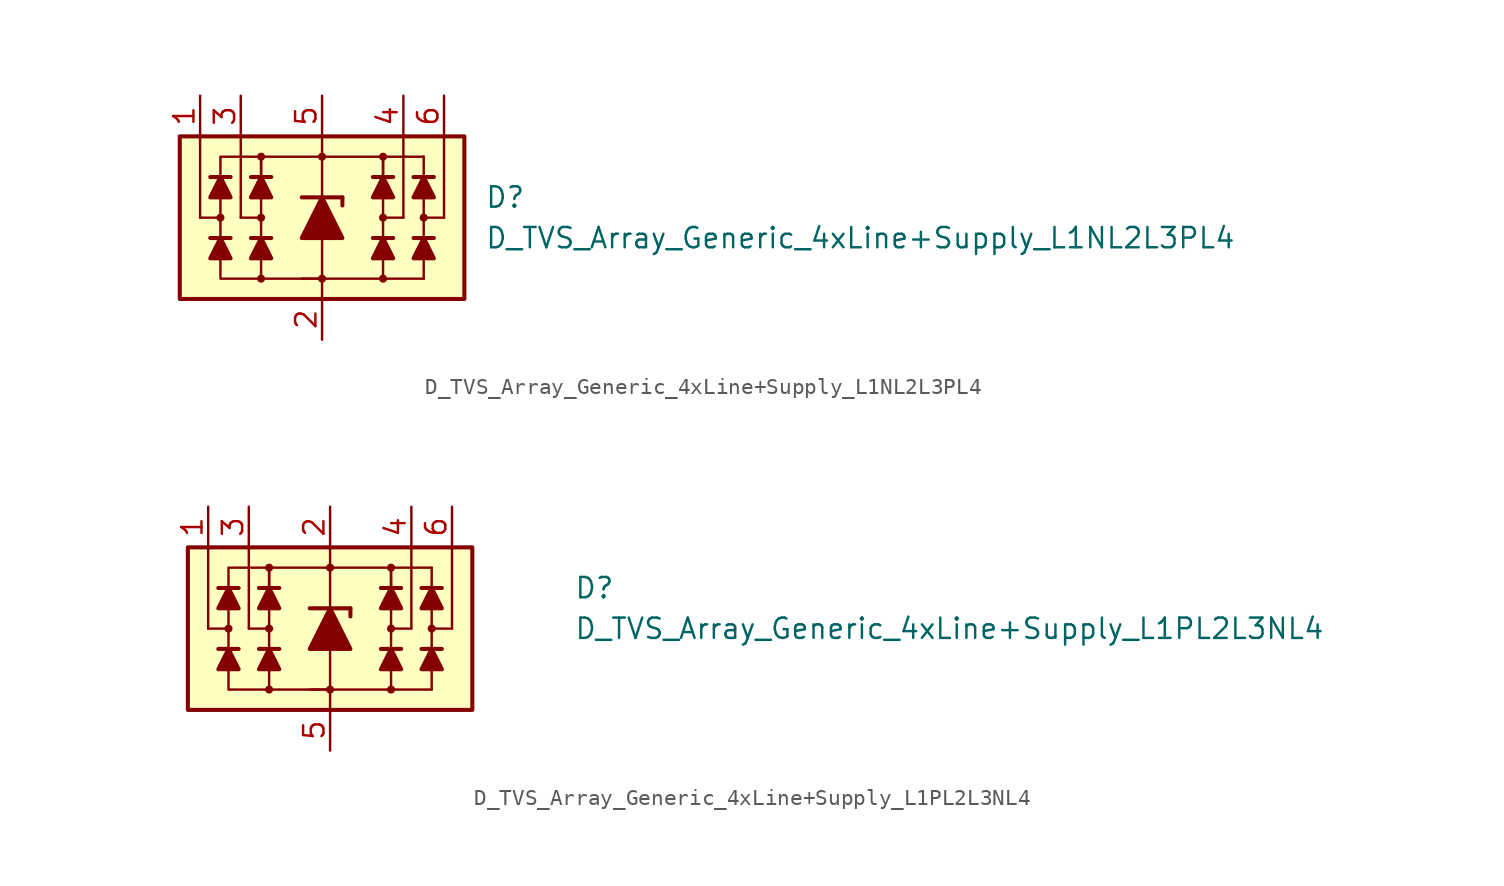
<source format=kicad_sym>
(kicad_symbol_lib
  (version 20211014)
  (generator kicad_symbol_editor)
  (symbol "D_TVS_Array_Generic_4xLine+Supply_L1NL2L3PL4"
    (pin_names
      (offset 1.016) hide)
    (property "Reference" "D"
      (at 10.16 1.27 0)
      (effects (font (size 1.27 1.27)) (justify left)))
    (property "Value" "D_TVS_Array_Generic_4xLine+Supply_L1NL2L3PL4"
      (at 10.16 -1.27 0)
      (effects (font (size 1.27 1.27)) (justify left)))
    (symbol "D_TVS_Array_Generic_4xLine+Supply_L1NL2L3PL4_0_1"
      (rectangle (start -8.89 5.08) (end 8.89 -5.08) (stroke (width 0.254) (type default) (color 0 0 0 0)) (fill (type background)))
      (circle (center -3.81 0) (radius 0.178) (stroke (width 0) (type default) (color 0 0 0 0)) (fill (type outline)))
      (polyline (pts (xy -5.715 -1.27) (xy -6.985 -1.27)) (stroke (width 0.254) (type default) (color 0 0 0 0)) (fill (type none)))
      (polyline (pts (xy -5.715 2.54) (xy -6.985 2.54)) (stroke (width 0.254) (type default) (color 0 0 0 0)) (fill (type none)))
      (polyline (pts (xy -5.08 0) (xy -5.08 5.08)) (stroke (width 0) (type default) (color 0 0 0 0)) (fill (type none)))
      (polyline (pts (xy -3.81 -1.27) (xy -3.81 1.27)) (stroke (width 0) (type default) (color 0 0 0 0)) (fill (type none)))
      (polyline (pts (xy -3.81 0) (xy -5.08 0)) (stroke (width 0) (type default) (color 0 0 0 0)) (fill (type none)))
      (polyline (pts (xy -3.175 -1.27) (xy -4.445 -1.27)) (stroke (width 0.254) (type default) (color 0 0 0 0)) (fill (type none)))
      (polyline (pts (xy -3.175 2.54) (xy -4.445 2.54)) (stroke (width 0.254) (type default) (color 0 0 0 0)) (fill (type none)))
      (polyline (pts (xy 0 -1.27) (xy 0 -5.08)) (stroke (width 0) (type default) (color 0 0 0 0)) (fill (type none)))
      (polyline (pts (xy 0 1.27) (xy 0 5.08)) (stroke (width 0.152) (type default) (color 0 0 0 0)) (fill (type none)))
      (polyline (pts (xy 3.81 -1.27) (xy 3.81 1.27)) (stroke (width 0) (type default) (color 0 0 0 0)) (fill (type none)))
      (polyline (pts (xy 3.81 0) (xy 5.08 0)) (stroke (width 0) (type default) (color 0 0 0 0)) (fill (type none)))
      (polyline (pts (xy 3.81 3.81) (xy 6.35 3.81)) (stroke (width 0.152) (type default) (color 0 0 0 0)) (fill (type none)))
      (polyline (pts (xy 4.445 -1.27) (xy 3.175 -1.27)) (stroke (width 0.254) (type default) (color 0 0 0 0)) (fill (type none)))
      (polyline (pts (xy 4.445 2.54) (xy 3.175 2.54)) (stroke (width 0.254) (type default) (color 0 0 0 0)) (fill (type none)))
      (polyline (pts (xy 5.08 0) (xy 5.08 5.08)) (stroke (width 0) (type default) (color 0 0 0 0)) (fill (type none)))
      (polyline (pts (xy 6.35 3.81) (xy 6.35 -3.81)) (stroke (width 0.152) (type default) (color 0 0 0 0)) (fill (type none)))
      (polyline (pts (xy 6.985 -1.27) (xy 5.715 -1.27)) (stroke (width 0.254) (type default) (color 0 0 0 0)) (fill (type none)))
      (polyline (pts (xy 6.985 2.54) (xy 5.715 2.54)) (stroke (width 0.254) (type default) (color 0 0 0 0)) (fill (type none)))
      (polyline (pts (xy 6.35 -3.81) (xy -1.27 -3.81) (xy 0 -3.81)) (stroke (width 0.152) (type default) (color 0 0 0 0)) (fill (type none)))
      (polyline (pts (xy -6.35 -1.27) (xy -5.715 -2.54) (xy -6.985 -2.54) (xy -6.35 -1.27)) (stroke (width 0.254) (type default) (color 0 0 0 0)) (fill (type outline)))
      (polyline (pts (xy -6.35 2.54) (xy -5.715 1.27) (xy -6.985 1.27) (xy -6.35 2.54)) (stroke (width 0.254) (type default) (color 0 0 0 0)) (fill (type outline)))
      (polyline (pts (xy -3.81 -1.27) (xy -3.175 -2.54) (xy -4.445 -2.54) (xy -3.81 -1.27)) (stroke (width 0.254) (type default) (color 0 0 0 0)) (fill (type outline)))
      (polyline (pts (xy -3.81 2.54) (xy -3.81 3.81) (xy 3.81 3.81) (xy 3.81 2.54)) (stroke (width 0) (type default) (color 0 0 0 0)) (fill (type none)))
      (polyline (pts (xy -3.81 2.54) (xy -3.175 1.27) (xy -4.445 1.27) (xy -3.81 2.54)) (stroke (width 0.254) (type default) (color 0 0 0 0)) (fill (type outline)))
      (polyline (pts (xy 0 -3.81) (xy -6.35 -3.81) (xy -6.35 3.81) (xy -3.81 3.81)) (stroke (width 0) (type default) (color 0 0 0 0)) (fill (type none)))
      (polyline (pts (xy 3.81 -1.27) (xy 4.445 -2.54) (xy 3.175 -2.54) (xy 3.81 -1.27)) (stroke (width 0.254) (type default) (color 0 0 0 0)) (fill (type outline)))
      (polyline (pts (xy 3.81 2.54) (xy 4.445 1.27) (xy 3.175 1.27) (xy 3.81 2.54)) (stroke (width 0.254) (type default) (color 0 0 0 0)) (fill (type outline)))
      (polyline (pts (xy 6.35 -1.27) (xy 6.985 -2.54) (xy 5.715 -2.54) (xy 6.35 -1.27)) (stroke (width 0.254) (type default) (color 0 0 0 0)) (fill (type outline)))
      (polyline (pts (xy 6.35 2.54) (xy 6.985 1.27) (xy 5.715 1.27) (xy 6.35 2.54)) (stroke (width 0.254) (type default) (color 0 0 0 0)) (fill (type outline)))
      (circle (center 0 3.81) (radius 0.178) (stroke (width 0) (type default) (color 0 0 0 0)) (fill (type outline)))
      (circle (center 3.81 0) (radius 0.178) (stroke (width 0) (type default) (color 0 0 0 0)) (fill (type outline))))
    (symbol "D_TVS_Array_Generic_4xLine+Supply_L1NL2L3PL4_1_1"
      (circle (center -6.35 0) (radius 0.178) (stroke (width 0) (type default) (color 0 0 0 0)) (fill (type outline)))
      (circle (center -3.81 -3.81) (radius 0.178) (stroke (width 0) (type default) (color 0 0 0 0)) (fill (type outline)))
      (circle (center -3.81 3.81) (radius 0.178) (stroke (width 0) (type default) (color 0 0 0 0)) (fill (type outline)))
      (circle (center 0 -3.81) (radius 0.178) (stroke (width 0) (type default) (color 0 0 0 0)) (fill (type outline)))
      (polyline (pts (xy -7.62 0) (xy -7.62 5.08)) (stroke (width 0) (type default) (color 0 0 0 0)) (fill (type none)))
      (polyline (pts (xy -6.35 0) (xy -7.62 0)) (stroke (width 0) (type default) (color 0 0 0 0)) (fill (type none)))
      (polyline (pts (xy -3.81 -3.81) (xy -3.81 -1.27)) (stroke (width 0) (type default) (color 0 0 0 0)) (fill (type none)))
      (polyline (pts (xy -3.81 1.27) (xy -3.81 3.81)) (stroke (width 0) (type default) (color 0 0 0 0)) (fill (type none)))
      (polyline (pts (xy -1.27 1.27) (xy 1.27 1.27)) (stroke (width 0.254) (type default) (color 0 0 0 0)) (fill (type none)))
      (polyline (pts (xy 0 -1.27) (xy 0 1.27)) (stroke (width 0) (type default) (color 0 0 0 0)) (fill (type none)))
      (polyline (pts (xy 1.27 1.27) (xy 1.27 0.762)) (stroke (width 0.254) (type default) (color 0 0 0 0)) (fill (type none)))
      (polyline (pts (xy 3.81 -3.81) (xy 3.81 -1.27)) (stroke (width 0) (type default) (color 0 0 0 0)) (fill (type none)))
      (polyline (pts (xy 3.81 1.27) (xy 3.81 3.81)) (stroke (width 0) (type default) (color 0 0 0 0)) (fill (type none)))
      (polyline (pts (xy 6.35 0) (xy 7.62 0)) (stroke (width 0) (type default) (color 0 0 0 0)) (fill (type none)))
      (polyline (pts (xy 7.62 0) (xy 7.62 5.08)) (stroke (width 0) (type default) (color 0 0 0 0)) (fill (type none)))
      (polyline (pts (xy 1.27 -1.27) (xy -1.27 -1.27) (xy 0 1.27) (xy 1.27 -1.27)) (stroke (width 0.254) (type default) (color 0 0 0 0)) (fill (type outline)))
      (circle (center 3.81 -3.81) (radius 0.178) (stroke (width 0) (type default) (color 0 0 0 0)) (fill (type outline)))
      (circle (center 3.81 3.81) (radius 0.178) (stroke (width 0) (type default) (color 0 0 0 0)) (fill (type outline)))
      (circle (center 6.35 0) (radius 0.178) (stroke (width 0) (type default) (color 0 0 0 0)) (fill (type outline)))
      (pin passive line (at -7.62 7.62 270) (length 2.54) (name "L1" (effects (font (size 1.27 1.27)))) (number "1" (effects (font (size 1.27 1.27)))))
      (pin passive line (at 0 -7.62 90) (length 2.54) (name "VN" (effects (font (size 1.27 1.27)))) (number "2" (effects (font (size 1.27 1.27)))))
      (pin passive line (at -5.08 7.62 270) (length 2.54) (name "L2" (effects (font (size 1.27 1.27)))) (number "3" (effects (font (size 1.27 1.27)))))
      (pin passive line (at 5.08 7.62 270) (length 2.54) (name "L3" (effects (font (size 1.27 1.27)))) (number "4" (effects (font (size 1.27 1.27)))))
      (pin passive line (at 0 7.62 270) (length 2.54) (name "VP" (effects (font (size 1.27 1.27)))) (number "5" (effects (font (size 1.27 1.27)))))
      (pin passive line (at 7.62 7.62 270) (length 2.54) (name "L4" (effects (font (size 1.27 1.27)))) (number "6" (effects (font (size 1.27 1.27)))))))
  (symbol "D_TVS_Array_Generic_4xLine+Supply_L1PL2L3NL4"
    (pin_names
      (offset 1.016) hide)
    (property "Reference" "D"
      (at 15.24 1.27 0)
      (effects (font (size 1.27 1.27)) (justify left)))
    (property "Value" "D_TVS_Array_Generic_4xLine+Supply_L1PL2L3NL4"
      (at 15.24 -1.27 0)
      (effects (font (size 1.27 1.27)) (justify left)))
    (symbol "D_TVS_Array_Generic_4xLine+Supply_L1PL2L3NL4_0_1"
      (rectangle (start -8.89 3.81) (end 8.89 -6.35) (stroke (width 0.254) (type default) (color 0 0 0 0)) (fill (type background)))
      (circle (center -3.81 -1.27) (radius 0.178) (stroke (width 0) (type default) (color 0 0 0 0)) (fill (type outline)))
      (polyline (pts (xy -5.715 -2.54) (xy -6.985 -2.54)) (stroke (width 0.254) (type default) (color 0 0 0 0)) (fill (type none)))
      (polyline (pts (xy -5.715 1.27) (xy -6.985 1.27)) (stroke (width 0.254) (type default) (color 0 0 0 0)) (fill (type none)))
      (polyline (pts (xy -5.08 -1.27) (xy -5.08 3.81)) (stroke (width 0) (type default) (color 0 0 0 0)) (fill (type none)))
      (polyline (pts (xy -3.81 -2.54) (xy -3.81 0)) (stroke (width 0) (type default) (color 0 0 0 0)) (fill (type none)))
      (polyline (pts (xy -3.81 -1.27) (xy -5.08 -1.27)) (stroke (width 0) (type default) (color 0 0 0 0)) (fill (type none)))
      (polyline (pts (xy -3.175 -2.54) (xy -4.445 -2.54)) (stroke (width 0.254) (type default) (color 0 0 0 0)) (fill (type none)))
      (polyline (pts (xy -3.175 1.27) (xy -4.445 1.27)) (stroke (width 0.254) (type default) (color 0 0 0 0)) (fill (type none)))
      (polyline (pts (xy 0 -2.54) (xy 0 -6.35)) (stroke (width 0) (type default) (color 0 0 0 0)) (fill (type none)))
      (polyline (pts (xy 0 0) (xy 0 3.81)) (stroke (width 0.152) (type default) (color 0 0 0 0)) (fill (type none)))
      (polyline (pts (xy 3.81 -2.54) (xy 3.81 0)) (stroke (width 0) (type default) (color 0 0 0 0)) (fill (type none)))
      (polyline (pts (xy 3.81 -1.27) (xy 5.08 -1.27)) (stroke (width 0) (type default) (color 0 0 0 0)) (fill (type none)))
      (polyline (pts (xy 3.81 2.54) (xy 6.35 2.54)) (stroke (width 0.152) (type default) (color 0 0 0 0)) (fill (type none)))
      (polyline (pts (xy 4.445 -2.54) (xy 3.175 -2.54)) (stroke (width 0.254) (type default) (color 0 0 0 0)) (fill (type none)))
      (polyline (pts (xy 4.445 1.27) (xy 3.175 1.27)) (stroke (width 0.254) (type default) (color 0 0 0 0)) (fill (type none)))
      (polyline (pts (xy 5.08 -1.27) (xy 5.08 3.81)) (stroke (width 0) (type default) (color 0 0 0 0)) (fill (type none)))
      (polyline (pts (xy 6.35 2.54) (xy 6.35 -5.08)) (stroke (width 0.152) (type default) (color 0 0 0 0)) (fill (type none)))
      (polyline (pts (xy 6.985 -2.54) (xy 5.715 -2.54)) (stroke (width 0.254) (type default) (color 0 0 0 0)) (fill (type none)))
      (polyline (pts (xy 6.985 1.27) (xy 5.715 1.27)) (stroke (width 0.254) (type default) (color 0 0 0 0)) (fill (type none)))
      (polyline (pts (xy 6.35 -5.08) (xy -1.27 -5.08) (xy 0 -5.08)) (stroke (width 0.152) (type default) (color 0 0 0 0)) (fill (type none)))
      (polyline (pts (xy -6.35 -2.54) (xy -5.715 -3.81) (xy -6.985 -3.81) (xy -6.35 -2.54)) (stroke (width 0.254) (type default) (color 0 0 0 0)) (fill (type outline)))
      (polyline (pts (xy -6.35 1.27) (xy -5.715 0) (xy -6.985 0) (xy -6.35 1.27)) (stroke (width 0.254) (type default) (color 0 0 0 0)) (fill (type outline)))
      (polyline (pts (xy -3.81 -2.54) (xy -3.175 -3.81) (xy -4.445 -3.81) (xy -3.81 -2.54)) (stroke (width 0.254) (type default) (color 0 0 0 0)) (fill (type outline)))
      (polyline (pts (xy -3.81 1.27) (xy -3.81 2.54) (xy 3.81 2.54) (xy 3.81 1.27)) (stroke (width 0) (type default) (color 0 0 0 0)) (fill (type none)))
      (polyline (pts (xy -3.81 1.27) (xy -3.175 0) (xy -4.445 0) (xy -3.81 1.27)) (stroke (width 0.254) (type default) (color 0 0 0 0)) (fill (type outline)))
      (polyline (pts (xy 0 -5.08) (xy -6.35 -5.08) (xy -6.35 2.54) (xy -3.81 2.54)) (stroke (width 0) (type default) (color 0 0 0 0)) (fill (type none)))
      (polyline (pts (xy 3.81 -2.54) (xy 4.445 -3.81) (xy 3.175 -3.81) (xy 3.81 -2.54)) (stroke (width 0.254) (type default) (color 0 0 0 0)) (fill (type outline)))
      (polyline (pts (xy 3.81 1.27) (xy 4.445 0) (xy 3.175 0) (xy 3.81 1.27)) (stroke (width 0.254) (type default) (color 0 0 0 0)) (fill (type outline)))
      (polyline (pts (xy 6.35 -2.54) (xy 6.985 -3.81) (xy 5.715 -3.81) (xy 6.35 -2.54)) (stroke (width 0.254) (type default) (color 0 0 0 0)) (fill (type outline)))
      (polyline (pts (xy 6.35 1.27) (xy 6.985 0) (xy 5.715 0) (xy 6.35 1.27)) (stroke (width 0.254) (type default) (color 0 0 0 0)) (fill (type outline)))
      (circle (center 0 2.54) (radius 0.178) (stroke (width 0) (type default) (color 0 0 0 0)) (fill (type outline)))
      (circle (center 3.81 -1.27) (radius 0.178) (stroke (width 0) (type default) (color 0 0 0 0)) (fill (type outline))))
    (symbol "D_TVS_Array_Generic_4xLine+Supply_L1PL2L3NL4_1_1"
      (circle (center -6.35 -1.27) (radius 0.178) (stroke (width 0) (type default) (color 0 0 0 0)) (fill (type outline)))
      (circle (center -3.81 -5.08) (radius 0.178) (stroke (width 0) (type default) (color 0 0 0 0)) (fill (type outline)))
      (circle (center -3.81 2.54) (radius 0.178) (stroke (width 0) (type default) (color 0 0 0 0)) (fill (type outline)))
      (circle (center 0 -5.08) (radius 0.178) (stroke (width 0) (type default) (color 0 0 0 0)) (fill (type outline)))
      (polyline (pts (xy -7.62 -1.27) (xy -7.62 3.81)) (stroke (width 0) (type default) (color 0 0 0 0)) (fill (type none)))
      (polyline (pts (xy -6.35 -1.27) (xy -7.62 -1.27)) (stroke (width 0) (type default) (color 0 0 0 0)) (fill (type none)))
      (polyline (pts (xy -3.81 -5.08) (xy -3.81 -2.54)) (stroke (width 0) (type default) (color 0 0 0 0)) (fill (type none)))
      (polyline (pts (xy -3.81 0) (xy -3.81 2.54)) (stroke (width 0) (type default) (color 0 0 0 0)) (fill (type none)))
      (polyline (pts (xy -1.27 0) (xy 1.27 0)) (stroke (width 0.254) (type default) (color 0 0 0 0)) (fill (type none)))
      (polyline (pts (xy 0 -2.54) (xy 0 0)) (stroke (width 0) (type default) (color 0 0 0 0)) (fill (type none)))
      (polyline (pts (xy 1.27 0) (xy 1.27 -0.508)) (stroke (width 0.254) (type default) (color 0 0 0 0)) (fill (type none)))
      (polyline (pts (xy 3.81 -5.08) (xy 3.81 -2.54)) (stroke (width 0) (type default) (color 0 0 0 0)) (fill (type none)))
      (polyline (pts (xy 3.81 0) (xy 3.81 2.54)) (stroke (width 0) (type default) (color 0 0 0 0)) (fill (type none)))
      (polyline (pts (xy 6.35 -1.27) (xy 7.62 -1.27)) (stroke (width 0) (type default) (color 0 0 0 0)) (fill (type none)))
      (polyline (pts (xy 7.62 -1.27) (xy 7.62 3.81)) (stroke (width 0) (type default) (color 0 0 0 0)) (fill (type none)))
      (polyline (pts (xy 1.27 -2.54) (xy -1.27 -2.54) (xy 0 0) (xy 1.27 -2.54)) (stroke (width 0.254) (type default) (color 0 0 0 0)) (fill (type outline)))
      (circle (center 3.81 -5.08) (radius 0.178) (stroke (width 0) (type default) (color 0 0 0 0)) (fill (type outline)))
      (circle (center 3.81 2.54) (radius 0.178) (stroke (width 0) (type default) (color 0 0 0 0)) (fill (type outline)))
      (circle (center 6.35 -1.27) (radius 0.178) (stroke (width 0) (type default) (color 0 0 0 0)) (fill (type outline)))
      (pin passive line (at -7.62 6.35 270) (length 2.54) (name "L1" (effects (font (size 1.27 1.27)))) (number "1" (effects (font (size 1.27 1.27)))))
      (pin passive line (at 0 6.35 270) (length 2.54) (name "VP" (effects (font (size 1.27 1.27)))) (number "2" (effects (font (size 1.27 1.27)))))
      (pin passive line (at -5.08 6.35 270) (length 2.54) (name "L2" (effects (font (size 1.27 1.27)))) (number "3" (effects (font (size 1.27 1.27)))))
      (pin passive line (at 5.08 6.35 270) (length 2.54) (name "L3" (effects (font (size 1.27 1.27)))) (number "4" (effects (font (size 1.27 1.27)))))
      (pin passive line (at 0 -8.89 90) (length 2.54) (name "VN" (effects (font (size 1.27 1.27)))) (number "5" (effects (font (size 1.27 1.27)))))
      (pin passive line (at 7.62 6.35 270) (length 2.54) (name "L4" (effects (font (size 1.27 1.27)))) (number "6" (effects (font (size 1.27 1.27))))))))
</source>
